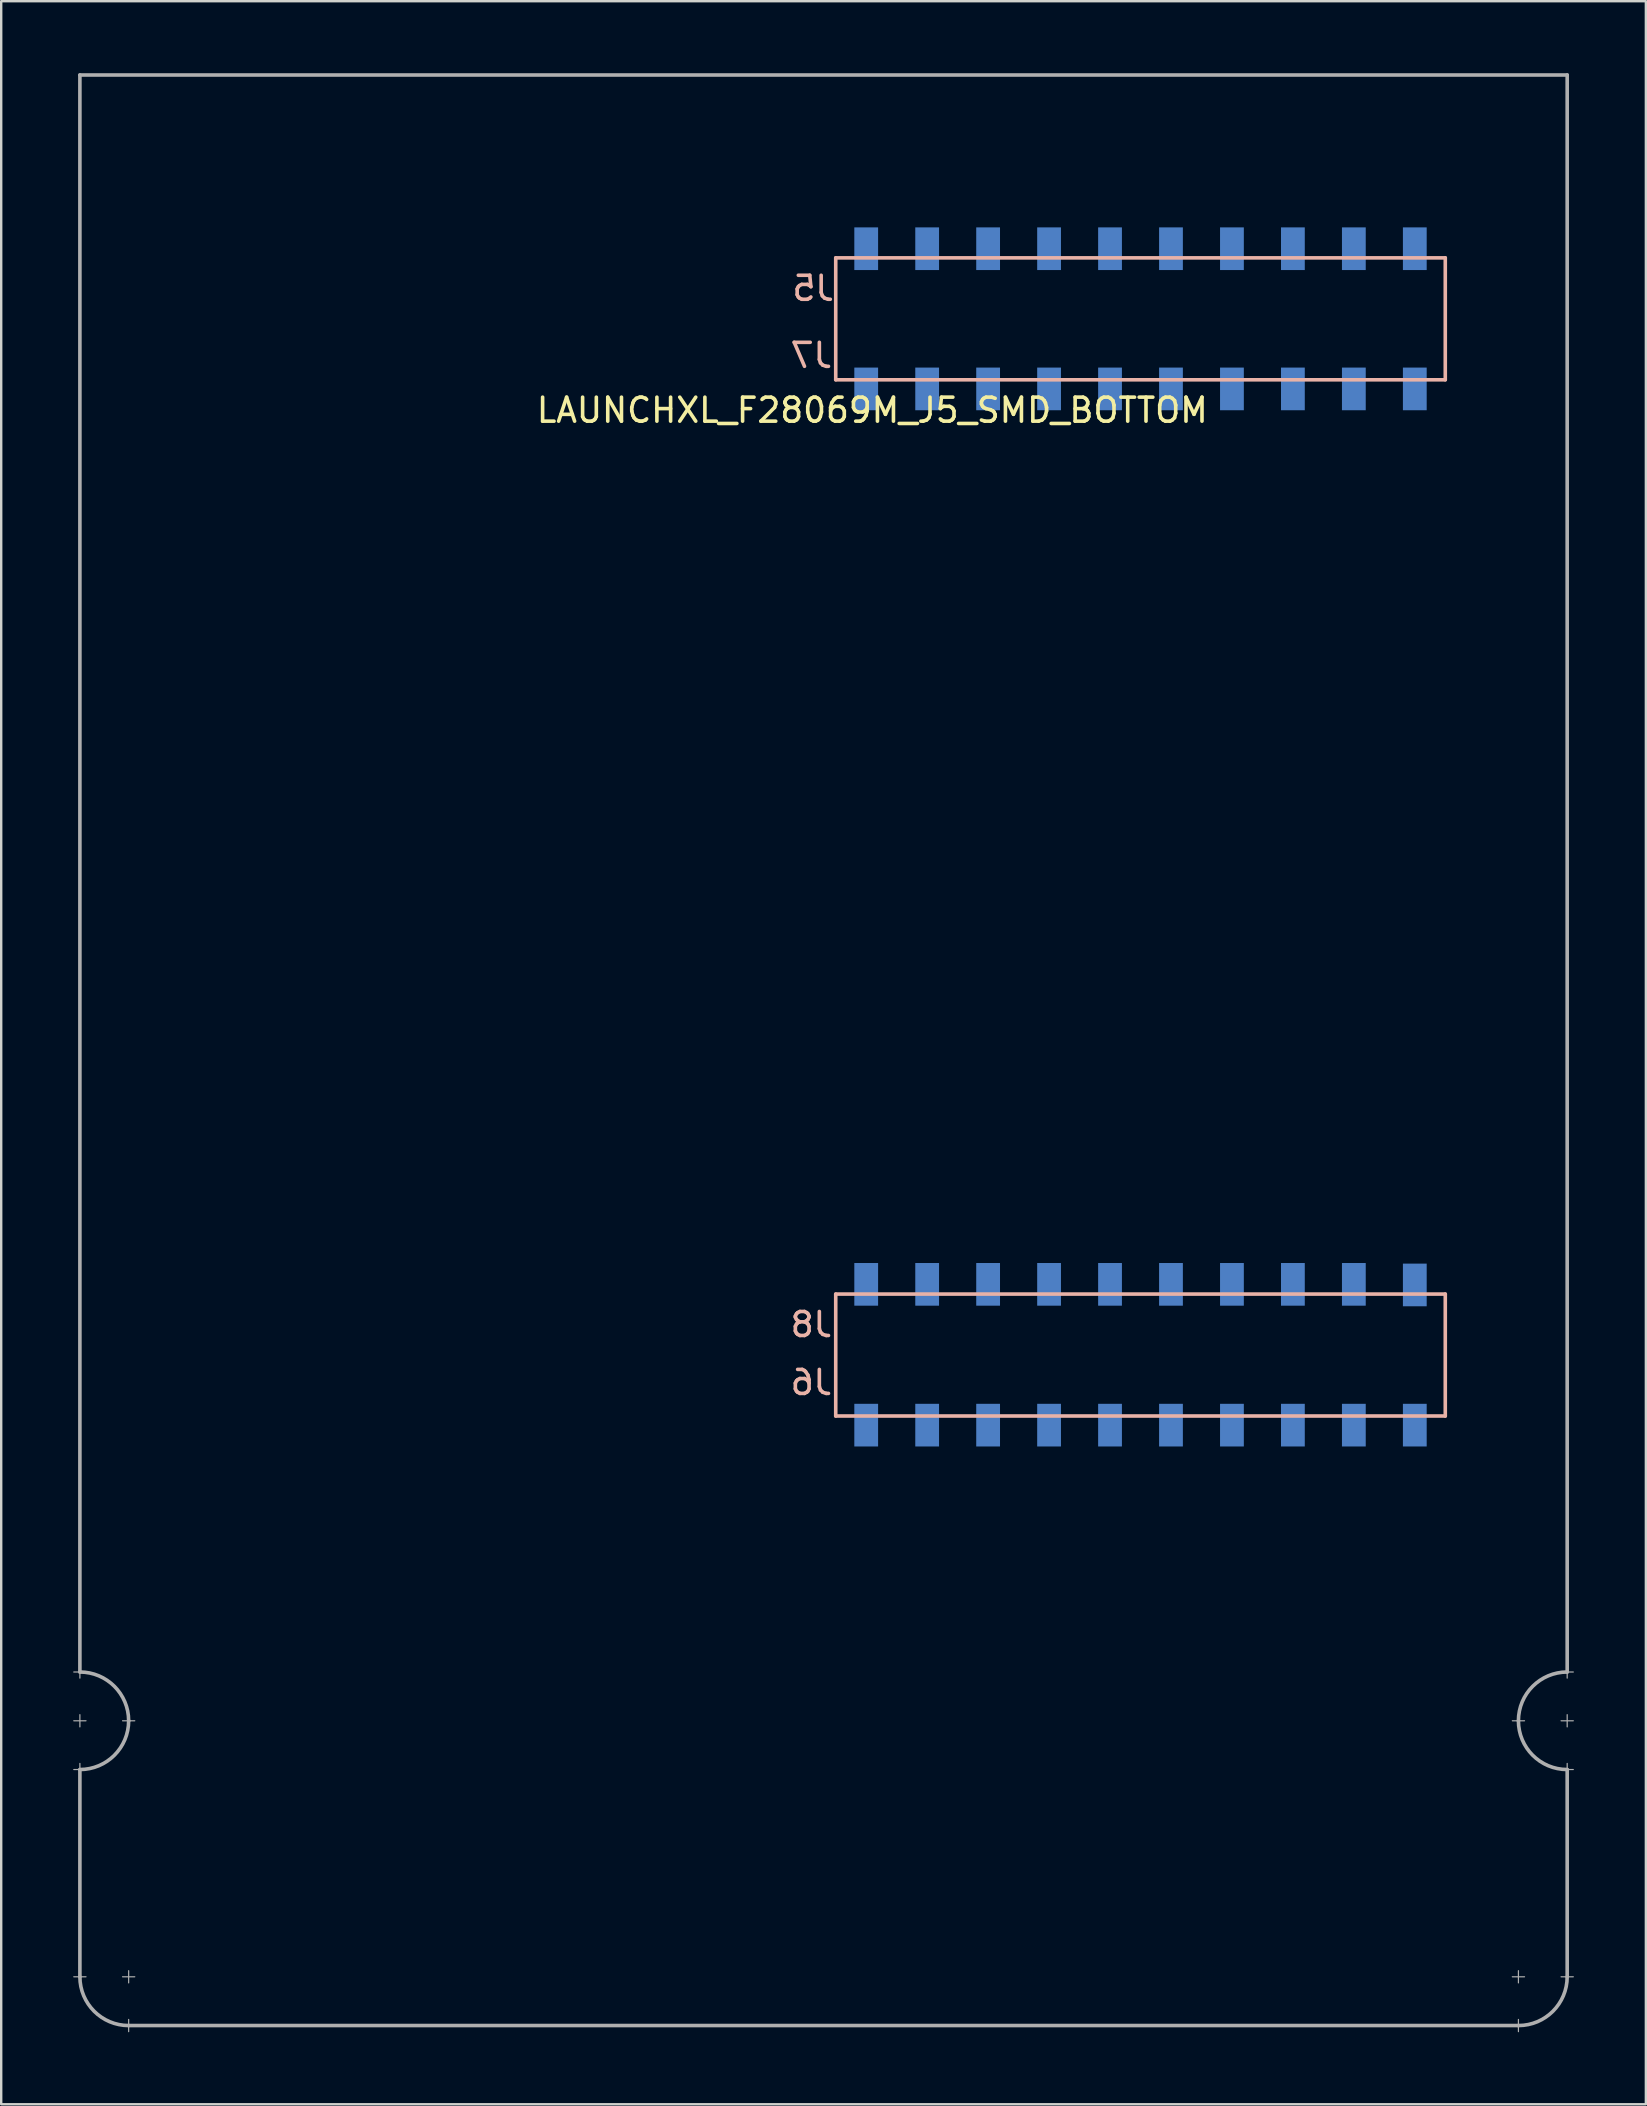
<source format=kicad_pcb>
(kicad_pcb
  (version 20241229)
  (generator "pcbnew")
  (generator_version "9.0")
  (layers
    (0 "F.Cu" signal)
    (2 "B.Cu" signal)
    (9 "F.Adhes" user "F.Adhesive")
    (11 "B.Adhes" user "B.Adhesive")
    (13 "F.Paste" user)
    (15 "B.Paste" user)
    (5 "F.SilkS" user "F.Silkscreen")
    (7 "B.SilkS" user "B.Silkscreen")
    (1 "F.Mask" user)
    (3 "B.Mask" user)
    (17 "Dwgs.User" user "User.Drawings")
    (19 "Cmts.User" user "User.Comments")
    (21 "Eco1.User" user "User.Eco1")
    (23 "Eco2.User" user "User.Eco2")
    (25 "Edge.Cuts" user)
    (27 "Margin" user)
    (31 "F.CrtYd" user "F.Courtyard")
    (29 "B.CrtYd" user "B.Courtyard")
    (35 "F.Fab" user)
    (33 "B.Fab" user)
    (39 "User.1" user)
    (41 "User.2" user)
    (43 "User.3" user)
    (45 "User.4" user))
  (footprint "LAUNCHXL_F28069M_J5_SMD_BOTTOM"
    (layer "F.Cu")
    (at 0.279 55.955)
    (property "Reference" "LAUNCHXL_F28069M_J5_SMD_BOTTOM" (at 33.02 -41.91 0) (layer "F.SilkS") (effects (font (size 1 1) (thickness 0.15))))
    (attr through_hole)
    (fp_line (start 31.496 -48.26) (end 31.496 -43.18) (stroke (width 0.15) (type solid)) (layer "B.SilkS"))
    (fp_line (start 31.496 -43.18) (end 56.896 -43.18) (stroke (width 0.15) (type solid)) (layer "B.SilkS"))
    (fp_line (start 31.496 -5.08) (end 31.496 0) (stroke (width 0.15) (type solid)) (layer "B.SilkS"))
    (fp_line (start 31.496 0) (end 56.896 0) (stroke (width 0.15) (type solid)) (layer "B.SilkS"))
    (fp_line (start 56.896 -48.26) (end 31.496 -48.26) (stroke (width 0.15) (type solid)) (layer "B.SilkS"))
    (fp_line (start 56.896 -43.18) (end 56.896 -48.26) (stroke (width 0.15) (type solid)) (layer "B.SilkS"))
    (fp_line (start 56.896 -5.08) (end 31.496 -5.08) (stroke (width 0.15) (type solid)) (layer "B.SilkS"))
    (fp_line (start 56.896 0) (end 56.896 -5.08) (stroke (width 0.15) (type solid)) (layer "B.SilkS"))
    (fp_line (start -0.254 10.668) (end 0.254 10.668) (stroke (width 0.05) (type solid)) (layer "F.Fab"))
    (fp_line (start -0.254 12.7) (end 0.254 12.7) (stroke (width 0.05) (type solid)) (layer "F.Fab"))
    (fp_line (start -0.254 14.732) (end 0.254 14.732) (stroke (width 0.05) (type solid)) (layer "F.Fab"))
    (fp_line (start 0 -55.88) (end 0 10.668) (stroke (width 0.15) (type solid)) (layer "F.Fab"))
    (fp_line (start 0 10.414) (end 0 10.922) (stroke (width 0.05) (type solid)) (layer "F.Fab"))
    (fp_line (start 0 12.446) (end 0 12.954) (stroke (width 0.05) (type solid)) (layer "F.Fab"))
    (fp_line (start 0 14.478) (end 0 14.986) (stroke (width 0.05) (type solid)) (layer "F.Fab"))
    (fp_line (start 0 14.732) (end 0 23.368) (stroke (width 0.15) (type solid)) (layer "F.Fab"))
    (fp_line (start 0 23.114) (end 0 23.622) (stroke (width 0.05) (type solid)) (layer "F.Fab"))
    (fp_line (start 0.254 23.368) (end -0.254 23.368) (stroke (width 0.05) (type solid)) (layer "F.Fab"))
    (fp_line (start 1.778 12.7) (end 2.286 12.7) (stroke (width 0.05) (type solid)) (layer "F.Fab"))
    (fp_line (start 2.032 23.114) (end 2.032 23.622) (stroke (width 0.05) (type solid)) (layer "F.Fab"))
    (fp_line (start 2.032 25.146) (end 2.032 25.654) (stroke (width 0.05) (type solid)) (layer "F.Fab"))
    (fp_line (start 2.032 25.4) (end 59.944 25.4) (stroke (width 0.15) (type solid)) (layer "F.Fab"))
    (fp_line (start 2.286 23.368) (end 1.778 23.368) (stroke (width 0.05) (type solid)) (layer "F.Fab"))
    (fp_line (start 59.69 23.368) (end 60.198 23.368) (stroke (width 0.05) (type solid)) (layer "F.Fab"))
    (fp_line (start 59.69 25.4) (end 60.198 25.4) (stroke (width 0.05) (type solid)) (layer "F.Fab"))
    (fp_line (start 59.944 23.114) (end 59.944 23.622) (stroke (width 0.05) (type solid)) (layer "F.Fab"))
    (fp_line (start 59.944 25.146) (end 59.944 25.654) (stroke (width 0.05) (type solid)) (layer "F.Fab"))
    (fp_line (start 60.198 12.7) (end 59.69 12.7) (stroke (width 0.05) (type solid)) (layer "F.Fab"))
    (fp_line (start 61.722 23.368) (end 62.23 23.368) (stroke (width 0.05) (type solid)) (layer "F.Fab"))
    (fp_line (start 61.976 -55.88) (end 0 -55.88) (stroke (width 0.15) (type solid)) (layer "F.Fab"))
    (fp_line (start 61.976 10.668) (end 61.976 -55.88) (stroke (width 0.15) (type solid)) (layer "F.Fab"))
    (fp_line (start 61.976 10.922) (end 61.976 10.414) (stroke (width 0.05) (type solid)) (layer "F.Fab"))
    (fp_line (start 61.976 12.954) (end 61.976 12.446) (stroke (width 0.05) (type solid)) (layer "F.Fab"))
    (fp_line (start 61.976 14.732) (end 61.976 23.368) (stroke (width 0.15) (type solid)) (layer "F.Fab"))
    (fp_line (start 61.976 14.986) (end 61.976 14.478) (stroke (width 0.05) (type solid)) (layer "F.Fab"))
    (fp_line (start 62.23 10.668) (end 61.722 10.668) (stroke (width 0.05) (type solid)) (layer "F.Fab"))
    (fp_line (start 62.23 12.7) (end 61.722 12.7) (stroke (width 0.05) (type solid)) (layer "F.Fab"))
    (fp_line (start 62.23 14.732) (end 61.722 14.732) (stroke (width 0.05) (type solid)) (layer "F.Fab"))
    (fp_arc (start 0 10.668) (mid 1.436841 11.263159) (end 2.032 12.7) (stroke (width 0.15) (type solid)) (layer "F.Fab"))
    (fp_arc (start 2.032 12.7) (mid 1.436841 14.136841) (end 0 14.732) (stroke (width 0.15) (type solid)) (layer "F.Fab"))
    (fp_arc (start 2.032 25.4) (mid 0.595159 24.804841) (end 0 23.368) (stroke (width 0.15) (type solid)) (layer "F.Fab"))
    (fp_arc (start 59.944 12.7) (mid 60.539159 11.263159) (end 61.976 10.668) (stroke (width 0.15) (type solid)) (layer "F.Fab"))
    (fp_arc (start 61.976 14.732) (mid 60.539159 14.136841) (end 59.944 12.7) (stroke (width 0.15) (type solid)) (layer "F.Fab"))
    (fp_arc (start 61.976 23.368) (mid 61.380841 24.804841) (end 59.944 25.4) (stroke (width 0.15) (type solid)) (layer "F.Fab"))
    (fp_text user "J8" (at 30.48 -3.81 0) (layer "B.SilkS") (effects (font (size 1 1) (thickness 0.15)) (justify mirror)))
    (fp_text user "J5" (at 30.556 -46.99 0) (layer "B.SilkS") (effects (font (size 1 1) (thickness 0.15)) (justify mirror)))
    (fp_text user "J6" (at 30.48 -1.397 0) (layer "B.SilkS") (effects (font (size 1 1) (thickness 0.15)) (justify mirror)))
    (fp_text user "J7" (at 30.48 -44.196 0) (layer "B.SilkS") (effects (font (size 1 1) (thickness 0.15)) (justify mirror)))
    (pad "+3V3" smd rect (at 55.626 -48.641) (size 0.991 1.778) (layers "B.Cu" "B.Mask" "B.Paste"))
    (pad "+5V" smd rect (at 55.626 -42.799) (size 0.991 1.778) (layers "B.Cu" "B.Mask" "B.Paste"))
    (pad "A_A3" smd rect (at 40.386 -42.799) (size 0.991 1.778) (layers "B.Cu" "B.Mask" "B.Paste"))
    (pad "A_A4" smd rect (at 35.306 -42.799) (size 0.991 1.778) (layers "B.Cu" "B.Mask" "B.Paste"))
    (pad "A_A5" smd rect (at 45.466 -42.799) (size 0.991 1.778) (layers "B.Cu" "B.Mask" "B.Paste"))
    (pad "A_B3" smd rect (at 37.846 -42.799) (size 0.991 1.778) (layers "B.Cu" "B.Mask" "B.Paste"))
    (pad "A_B4" smd rect (at 48.006 -42.799) (size 0.991 1.778) (layers "B.Cu" "B.Mask" "B.Paste"))
    (pad "A_B5" smd rect (at 42.926 -42.799) (size 0.991 1.778) (layers "B.Cu" "B.Mask" "B.Paste"))
    (pad "A_B7" smd rect (at 50.546 -42.799) (size 0.991 1.778) (layers "B.Cu" "B.Mask" "B.Paste"))
    (pad "DAC3" smd rect (at 35.306 -5.486) (size 0.991 1.778) (layers "B.Cu" "B.Mask" "B.Paste"))
    (pad "DAC4" smd rect (at 32.766 -5.486) (size 0.991 1.778) (layers "B.Cu" "B.Mask" "B.Paste"))
    (pad "GND" smd rect (at 53.086 -42.799) (size 0.991 1.778) (layers "B.Cu" "B.Mask" "B.Paste"))
    (pad "GND" smd rect (at 55.626 0.381) (size 0.991 1.778) (layers "B.Cu" "B.Mask" "B.Paste"))
    (pad "NC" smd rect (at 32.766 -42.799) (size 0.991 1.778) (layers "B.Cu" "B.Mask" "B.Paste"))
    (pad "NC" smd rect (at 37.846 -5.486) (size 0.991 1.778) (layers "B.Cu" "B.Mask" "B.Paste"))
    (pad "NC" smd rect (at 40.386 -5.486) (size 0.991 1.778) (layers "B.Cu" "B.Mask" "B.Paste"))
    (pad "NC" smd rect (at 42.926 -48.641) (size 0.991 1.778) (layers "B.Cu" "B.Mask" "B.Paste"))
    (pad "NC" smd rect (at 48.006 0.381) (size 0.991 1.778) (layers "B.Cu" "B.Mask" "B.Paste"))
    (pad "NC" smd rect (at 53.086 -48.641) (size 0.991 1.778) (layers "B.Cu" "B.Mask" "B.Paste"))
    (pad "P_6" smd rect (at 55.626 -5.461) (size 0.991 1.778) (layers "B.Cu" "B.Mask" "B.Paste"))
    (pad "P_7" smd rect (at 53.086 -5.486) (size 0.991 1.778) (layers "B.Cu" "B.Mask" "B.Paste"))
    (pad "P_8" smd rect (at 50.546 -5.486) (size 0.991 1.778) (layers "B.Cu" "B.Mask" "B.Paste"))
    (pad "P_9" smd rect (at 48.006 -5.486) (size 0.991 1.778) (layers "B.Cu" "B.Mask" "B.Paste"))
    (pad "P_10" smd rect (at 45.466 -5.486) (size 0.991 1.778) (layers "B.Cu" "B.Mask" "B.Paste"))
    (pad "P_11" smd rect (at 42.926 -5.486) (size 0.991 1.778) (layers "B.Cu" "B.Mask" "B.Paste"))
    (pad "P_14" smd rect (at 40.386 -48.641) (size 0.991 1.778) (layers "B.Cu" "B.Mask" "B.Paste"))
    (pad "P_15" smd rect (at 50.546 -48.641) (size 0.991 1.778) (layers "B.Cu" "B.Mask" "B.Paste"))
    (pad "P_20" smd rect (at 45.466 -48.641) (size 0.991 1.778) (layers "B.Cu" "B.Mask" "B.Paste"))
    (pad "P_21" smd rect (at 37.846 -48.641) (size 0.991 1.778) (layers "B.Cu" "B.Mask" "B.Paste"))
    (pad "P_23" smd rect (at 35.306 -48.641) (size 0.991 1.778) (layers "B.Cu" "B.Mask" "B.Paste"))
    (pad "P_24" smd rect (at 42.926 0.381) (size 0.991 1.778) (layers "B.Cu" "B.Mask" "B.Paste"))
    (pad "P_25" smd rect (at 40.386 0.381) (size 0.991 1.778) (layers "B.Cu" "B.Mask" "B.Paste"))
    (pad "P_26" smd rect (at 50.546 0.381) (size 0.991 1.778) (layers "B.Cu" "B.Mask" "B.Paste"))
    (pad "P_27" smd rect (at 53.086 0.381) (size 0.991 1.778) (layers "B.Cu" "B.Mask" "B.Paste"))
    (pad "P_52" smd rect (at 37.846 0.381) (size 0.991 1.778) (layers "B.Cu" "B.Mask" "B.Paste"))
    (pad "P_53" smd rect (at 35.306 0.381) (size 0.991 1.778) (layers "B.Cu" "B.Mask" "B.Paste"))
    (pad "P_54" smd rect (at 32.766 -48.641) (size 0.991 1.778) (layers "B.Cu" "B.Mask" "B.Paste"))
    (pad "P_56" smd rect (at 32.766 0.381) (size 0.991 1.778) (layers "B.Cu" "B.Mask" "B.Paste"))
    (pad "P_58" smd rect (at 48.006 -48.641) (size 0.991 1.778) (layers "B.Cu" "B.Mask" "B.Paste"))
    (pad "Rese" smd rect (at 45.466 0.381) (size 0.991 1.778) (layers "B.Cu" "B.Mask" "B.Paste")))
  (gr_rect
    (start -3 -3)
    (end 65.534 84.634)
    (stroke (width 0.1) (type default))
    (fill no)
    (layer "Edge.Cuts")))
</source>
